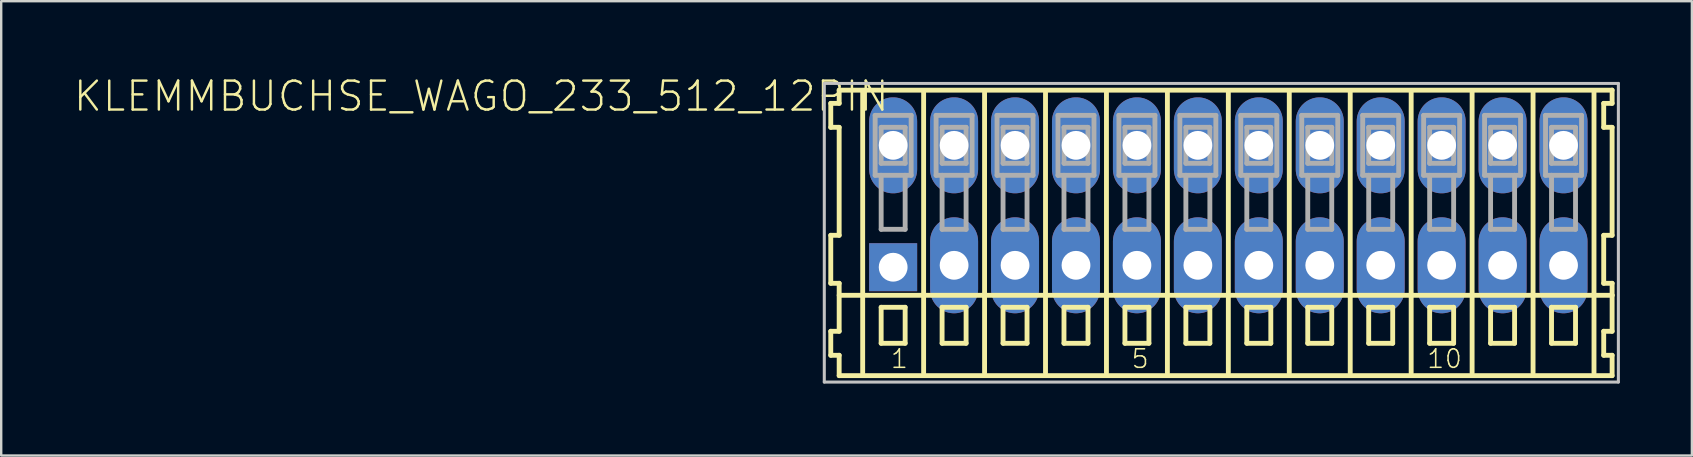
<source format=kicad_pcb>
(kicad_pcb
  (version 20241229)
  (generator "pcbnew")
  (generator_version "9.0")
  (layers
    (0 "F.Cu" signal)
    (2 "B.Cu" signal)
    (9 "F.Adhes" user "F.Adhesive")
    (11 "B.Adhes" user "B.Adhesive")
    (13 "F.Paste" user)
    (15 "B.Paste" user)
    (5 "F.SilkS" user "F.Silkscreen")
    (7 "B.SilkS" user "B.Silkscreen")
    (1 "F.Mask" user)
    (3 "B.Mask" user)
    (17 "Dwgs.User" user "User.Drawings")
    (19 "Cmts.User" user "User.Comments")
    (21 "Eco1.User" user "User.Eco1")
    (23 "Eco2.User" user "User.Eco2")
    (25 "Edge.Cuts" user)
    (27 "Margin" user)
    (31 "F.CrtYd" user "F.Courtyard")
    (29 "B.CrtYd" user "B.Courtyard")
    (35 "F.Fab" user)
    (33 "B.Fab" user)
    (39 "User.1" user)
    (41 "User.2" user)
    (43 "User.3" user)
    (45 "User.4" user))
  (footprint "KLEMMBUCHSE_WAGO_233_512_12PIN"
    (layer "F.Cu")
    (at 48.145 5.507)
    (property "Reference" "KLEMMBUCHSE_WAGO_233_512_12PIN" (at -14.07 -5.25 0) (layer "F.SilkS") (effects (font (size 1.206 1.206) (thickness 0.102)) (justify right top)))
    (attr through_hole)
    (fp_line (start -16.57 -4.25) (end -16.57 -3.25) (stroke (width 0.203) (type solid)) (layer "F.SilkS"))
    (fp_line (start -16.57 -3.25) (end -16.22 -3.25) (stroke (width 0.203) (type solid)) (layer "F.SilkS"))
    (fp_line (start -16.57 1.25) (end -16.57 3.25) (stroke (width 0.203) (type solid)) (layer "F.SilkS"))
    (fp_line (start -16.57 3.25) (end -16.22 3.25) (stroke (width 0.203) (type solid)) (layer "F.SilkS"))
    (fp_line (start -16.57 5.25) (end -16.57 6.25) (stroke (width 0.203) (type solid)) (layer "F.SilkS"))
    (fp_line (start -16.57 6.25) (end -16.22 6.25) (stroke (width 0.203) (type solid)) (layer "F.SilkS"))
    (fp_line (start -16.22 -4.8) (end -16.22 -4.25) (stroke (width 0.203) (type solid)) (layer "F.SilkS"))
    (fp_line (start -16.22 -4.25) (end -16.57 -4.25) (stroke (width 0.203) (type solid)) (layer "F.SilkS"))
    (fp_line (start -16.22 -3.25) (end -16.22 1.25) (stroke (width 0.203) (type solid)) (layer "F.SilkS"))
    (fp_line (start -16.22 1.25) (end -16.57 1.25) (stroke (width 0.203) (type solid)) (layer "F.SilkS"))
    (fp_line (start -16.22 3.25) (end -16.22 5.25) (stroke (width 0.203) (type solid)) (layer "F.SilkS"))
    (fp_line (start -16.22 3.75) (end 15.995 3.75) (stroke (width 0.203) (type solid)) (layer "F.SilkS"))
    (fp_line (start -16.22 5.25) (end -16.57 5.25) (stroke (width 0.203) (type solid)) (layer "F.SilkS"))
    (fp_line (start -16.22 6.25) (end -16.22 7.1) (stroke (width 0.203) (type solid)) (layer "F.SilkS"))
    (fp_line (start -16.22 7.1) (end 15.995 7.1) (stroke (width 0.203) (type solid)) (layer "F.SilkS"))
    (fp_line (start -15.24 6.985) (end -15.24 -4.699) (stroke (width 0.203) (type solid)) (layer "F.SilkS"))
    (fp_line (start -14.47 4.25) (end -14.47 5.75) (stroke (width 0.203) (type solid)) (layer "F.SilkS"))
    (fp_line (start -14.47 5.75) (end -13.47 5.75) (stroke (width 0.203) (type solid)) (layer "F.SilkS"))
    (fp_line (start -13.47 4.25) (end -14.47 4.25) (stroke (width 0.203) (type solid)) (layer "F.SilkS"))
    (fp_line (start -13.47 5.75) (end -13.47 4.25) (stroke (width 0.203) (type solid)) (layer "F.SilkS"))
    (fp_line (start -12.7 6.985) (end -12.7 -4.699) (stroke (width 0.203) (type solid)) (layer "F.SilkS"))
    (fp_line (start -11.93 4.25) (end -11.93 5.75) (stroke (width 0.203) (type solid)) (layer "F.SilkS"))
    (fp_line (start -11.93 5.75) (end -10.93 5.75) (stroke (width 0.203) (type solid)) (layer "F.SilkS"))
    (fp_line (start -10.93 4.25) (end -11.93 4.25) (stroke (width 0.203) (type solid)) (layer "F.SilkS"))
    (fp_line (start -10.93 5.75) (end -10.93 4.25) (stroke (width 0.203) (type solid)) (layer "F.SilkS"))
    (fp_line (start -10.16 6.985) (end -10.16 -4.699) (stroke (width 0.203) (type solid)) (layer "F.SilkS"))
    (fp_line (start -9.39 4.25) (end -9.39 5.75) (stroke (width 0.203) (type solid)) (layer "F.SilkS"))
    (fp_line (start -9.39 5.75) (end -8.39 5.75) (stroke (width 0.203) (type solid)) (layer "F.SilkS"))
    (fp_line (start -8.39 4.25) (end -9.39 4.25) (stroke (width 0.203) (type solid)) (layer "F.SilkS"))
    (fp_line (start -8.39 5.75) (end -8.39 4.25) (stroke (width 0.203) (type solid)) (layer "F.SilkS"))
    (fp_line (start -7.62 6.985) (end -7.62 -4.699) (stroke (width 0.203) (type solid)) (layer "F.SilkS"))
    (fp_line (start -6.85 4.25) (end -6.85 5.75) (stroke (width 0.203) (type solid)) (layer "F.SilkS"))
    (fp_line (start -6.85 5.75) (end -5.85 5.75) (stroke (width 0.203) (type solid)) (layer "F.SilkS"))
    (fp_line (start -5.85 4.25) (end -6.85 4.25) (stroke (width 0.203) (type solid)) (layer "F.SilkS"))
    (fp_line (start -5.85 5.75) (end -5.85 4.25) (stroke (width 0.203) (type solid)) (layer "F.SilkS"))
    (fp_line (start -5.08 6.985) (end -5.08 -4.699) (stroke (width 0.203) (type solid)) (layer "F.SilkS"))
    (fp_line (start -4.31 4.25) (end -4.31 5.75) (stroke (width 0.203) (type solid)) (layer "F.SilkS"))
    (fp_line (start -4.31 5.75) (end -3.31 5.75) (stroke (width 0.203) (type solid)) (layer "F.SilkS"))
    (fp_line (start -3.31 4.25) (end -4.31 4.25) (stroke (width 0.203) (type solid)) (layer "F.SilkS"))
    (fp_line (start -3.31 5.75) (end -3.31 4.25) (stroke (width 0.203) (type solid)) (layer "F.SilkS"))
    (fp_line (start -2.54 6.985) (end -2.54 -4.699) (stroke (width 0.203) (type solid)) (layer "F.SilkS"))
    (fp_line (start -1.77 4.25) (end -1.77 5.75) (stroke (width 0.203) (type solid)) (layer "F.SilkS"))
    (fp_line (start -1.77 5.75) (end -0.77 5.75) (stroke (width 0.203) (type solid)) (layer "F.SilkS"))
    (fp_line (start -0.77 4.25) (end -1.77 4.25) (stroke (width 0.203) (type solid)) (layer "F.SilkS"))
    (fp_line (start -0.77 5.75) (end -0.77 4.25) (stroke (width 0.203) (type solid)) (layer "F.SilkS"))
    (fp_line (start 0 6.985) (end 0 -4.699) (stroke (width 0.203) (type solid)) (layer "F.SilkS"))
    (fp_line (start 0.77 4.25) (end 0.77 5.75) (stroke (width 0.203) (type solid)) (layer "F.SilkS"))
    (fp_line (start 0.77 5.75) (end 1.77 5.75) (stroke (width 0.203) (type solid)) (layer "F.SilkS"))
    (fp_line (start 1.77 4.25) (end 0.77 4.25) (stroke (width 0.203) (type solid)) (layer "F.SilkS"))
    (fp_line (start 1.77 5.75) (end 1.77 4.25) (stroke (width 0.203) (type solid)) (layer "F.SilkS"))
    (fp_line (start 2.54 6.985) (end 2.54 -4.699) (stroke (width 0.203) (type solid)) (layer "F.SilkS"))
    (fp_line (start 3.31 4.25) (end 3.31 5.75) (stroke (width 0.203) (type solid)) (layer "F.SilkS"))
    (fp_line (start 3.31 5.75) (end 4.31 5.75) (stroke (width 0.203) (type solid)) (layer "F.SilkS"))
    (fp_line (start 4.31 4.25) (end 3.31 4.25) (stroke (width 0.203) (type solid)) (layer "F.SilkS"))
    (fp_line (start 4.31 5.75) (end 4.31 4.25) (stroke (width 0.203) (type solid)) (layer "F.SilkS"))
    (fp_line (start 5.08 6.985) (end 5.08 -4.699) (stroke (width 0.203) (type solid)) (layer "F.SilkS"))
    (fp_line (start 5.85 4.25) (end 5.85 5.75) (stroke (width 0.203) (type solid)) (layer "F.SilkS"))
    (fp_line (start 5.85 5.75) (end 6.85 5.75) (stroke (width 0.203) (type solid)) (layer "F.SilkS"))
    (fp_line (start 6.85 4.25) (end 5.85 4.25) (stroke (width 0.203) (type solid)) (layer "F.SilkS"))
    (fp_line (start 6.85 5.75) (end 6.85 4.25) (stroke (width 0.203) (type solid)) (layer "F.SilkS"))
    (fp_line (start 7.62 6.985) (end 7.62 -4.699) (stroke (width 0.203) (type solid)) (layer "F.SilkS"))
    (fp_line (start 8.39 4.25) (end 8.39 5.75) (stroke (width 0.203) (type solid)) (layer "F.SilkS"))
    (fp_line (start 8.39 5.75) (end 9.39 5.75) (stroke (width 0.203) (type solid)) (layer "F.SilkS"))
    (fp_line (start 9.39 4.25) (end 8.39 4.25) (stroke (width 0.203) (type solid)) (layer "F.SilkS"))
    (fp_line (start 9.39 5.75) (end 9.39 4.25) (stroke (width 0.203) (type solid)) (layer "F.SilkS"))
    (fp_line (start 10.16 6.985) (end 10.16 -4.699) (stroke (width 0.203) (type solid)) (layer "F.SilkS"))
    (fp_line (start 10.93 4.25) (end 10.93 5.75) (stroke (width 0.203) (type solid)) (layer "F.SilkS"))
    (fp_line (start 10.93 5.75) (end 11.93 5.75) (stroke (width 0.203) (type solid)) (layer "F.SilkS"))
    (fp_line (start 11.93 4.25) (end 10.93 4.25) (stroke (width 0.203) (type solid)) (layer "F.SilkS"))
    (fp_line (start 11.93 5.75) (end 11.93 4.25) (stroke (width 0.203) (type solid)) (layer "F.SilkS"))
    (fp_line (start 12.7 6.985) (end 12.7 -4.699) (stroke (width 0.203) (type solid)) (layer "F.SilkS"))
    (fp_line (start 13.47 4.25) (end 13.47 5.75) (stroke (width 0.203) (type solid)) (layer "F.SilkS"))
    (fp_line (start 13.47 5.75) (end 14.47 5.75) (stroke (width 0.203) (type solid)) (layer "F.SilkS"))
    (fp_line (start 14.47 4.25) (end 13.47 4.25) (stroke (width 0.203) (type solid)) (layer "F.SilkS"))
    (fp_line (start 14.47 5.75) (end 14.47 4.25) (stroke (width 0.203) (type solid)) (layer "F.SilkS"))
    (fp_line (start 15.24 6.985) (end 15.24 -4.699) (stroke (width 0.203) (type solid)) (layer "F.SilkS"))
    (fp_line (start 15.645 -4.25) (end 15.645 -3.25) (stroke (width 0.203) (type solid)) (layer "F.SilkS"))
    (fp_line (start 15.645 -3.25) (end 15.995 -3.25) (stroke (width 0.203) (type solid)) (layer "F.SilkS"))
    (fp_line (start 15.645 1.25) (end 15.645 3.25) (stroke (width 0.203) (type solid)) (layer "F.SilkS"))
    (fp_line (start 15.645 3.25) (end 15.995 3.25) (stroke (width 0.203) (type solid)) (layer "F.SilkS"))
    (fp_line (start 15.645 5.25) (end 15.645 6.25) (stroke (width 0.203) (type solid)) (layer "F.SilkS"))
    (fp_line (start 15.645 6.25) (end 15.995 6.25) (stroke (width 0.203) (type solid)) (layer "F.SilkS"))
    (fp_line (start 15.995 -4.8) (end -16.22 -4.8) (stroke (width 0.203) (type solid)) (layer "F.SilkS"))
    (fp_line (start 15.995 -4.25) (end 15.645 -4.25) (stroke (width 0.203) (type solid)) (layer "F.SilkS"))
    (fp_line (start 15.995 -4.25) (end 15.995 -4.8) (stroke (width 0.203) (type solid)) (layer "F.SilkS"))
    (fp_line (start 15.995 1.25) (end 15.645 1.25) (stroke (width 0.203) (type solid)) (layer "F.SilkS"))
    (fp_line (start 15.995 1.25) (end 15.995 -3.25) (stroke (width 0.203) (type solid)) (layer "F.SilkS"))
    (fp_line (start 15.995 3.75) (end 15.995 3.25) (stroke (width 0.203) (type solid)) (layer "F.SilkS"))
    (fp_line (start 15.995 5.25) (end 15.645 5.25) (stroke (width 0.203) (type solid)) (layer "F.SilkS"))
    (fp_line (start 15.995 5.25) (end 15.995 3.75) (stroke (width 0.203) (type solid)) (layer "F.SilkS"))
    (fp_line (start 15.995 7.1) (end 15.995 6.25) (stroke (width 0.203) (type solid)) (layer "F.SilkS"))
    (fp_line (start -16.84 -5.08) (end -16.84 7.366) (stroke (width 0.127) (type solid)) (layer "Dwgs.User"))
    (fp_line (start -16.84 7.366) (end 16.256 7.366) (stroke (width 0.127) (type solid)) (layer "Dwgs.User"))
    (fp_line (start 16.256 -5.08) (end -16.84 -5.08) (stroke (width 0.127) (type solid)) (layer "Dwgs.User"))
    (fp_line (start 16.256 7.366) (end 16.256 -5.08) (stroke (width 0.127) (type solid)) (layer "Dwgs.User"))
    (fp_line (start -14.72 -3.75) (end -14.72 -1.25) (stroke (width 0.203) (type solid)) (layer "F.Fab"))
    (fp_line (start -14.72 -1.25) (end -14.47 -1.25) (stroke (width 0.203) (type solid)) (layer "F.Fab"))
    (fp_line (start -14.47 -3.25) (end -14.47 -1.75) (stroke (width 0.203) (type solid)) (layer "F.Fab"))
    (fp_line (start -14.47 -1.75) (end -13.47 -1.75) (stroke (width 0.203) (type solid)) (layer "F.Fab"))
    (fp_line (start -14.47 -1.25) (end -14.47 1) (stroke (width 0.203) (type solid)) (layer "F.Fab"))
    (fp_line (start -14.47 -1.25) (end -13.47 -1.25) (stroke (width 0.203) (type solid)) (layer "F.Fab"))
    (fp_line (start -14.47 1) (end -13.47 1) (stroke (width 0.203) (type solid)) (layer "F.Fab"))
    (fp_line (start -13.47 -3.25) (end -14.47 -3.25) (stroke (width 0.203) (type solid)) (layer "F.Fab"))
    (fp_line (start -13.47 -1.75) (end -13.47 -3.25) (stroke (width 0.203) (type solid)) (layer "F.Fab"))
    (fp_line (start -13.47 -1.25) (end -13.22 -1.25) (stroke (width 0.203) (type solid)) (layer "F.Fab"))
    (fp_line (start -13.47 1) (end -13.47 -1.25) (stroke (width 0.203) (type solid)) (layer "F.Fab"))
    (fp_line (start -13.22 -3.75) (end -14.72 -3.75) (stroke (width 0.203) (type solid)) (layer "F.Fab"))
    (fp_line (start -13.22 -1.25) (end -13.22 -3.75) (stroke (width 0.203) (type solid)) (layer "F.Fab"))
    (fp_line (start -12.18 -3.75) (end -12.18 -1.25) (stroke (width 0.203) (type solid)) (layer "F.Fab"))
    (fp_line (start -12.18 -1.25) (end -11.93 -1.25) (stroke (width 0.203) (type solid)) (layer "F.Fab"))
    (fp_line (start -11.93 -3.25) (end -11.93 -1.75) (stroke (width 0.203) (type solid)) (layer "F.Fab"))
    (fp_line (start -11.93 -1.75) (end -10.93 -1.75) (stroke (width 0.203) (type solid)) (layer "F.Fab"))
    (fp_line (start -11.93 -1.25) (end -11.93 1) (stroke (width 0.203) (type solid)) (layer "F.Fab"))
    (fp_line (start -11.93 -1.25) (end -10.93 -1.25) (stroke (width 0.203) (type solid)) (layer "F.Fab"))
    (fp_line (start -11.93 1) (end -10.93 1) (stroke (width 0.203) (type solid)) (layer "F.Fab"))
    (fp_line (start -10.93 -3.25) (end -11.93 -3.25) (stroke (width 0.203) (type solid)) (layer "F.Fab"))
    (fp_line (start -10.93 -1.75) (end -10.93 -3.25) (stroke (width 0.203) (type solid)) (layer "F.Fab"))
    (fp_line (start -10.93 -1.25) (end -10.68 -1.25) (stroke (width 0.203) (type solid)) (layer "F.Fab"))
    (fp_line (start -10.93 1) (end -10.93 -1.25) (stroke (width 0.203) (type solid)) (layer "F.Fab"))
    (fp_line (start -10.68 -3.75) (end -12.18 -3.75) (stroke (width 0.203) (type solid)) (layer "F.Fab"))
    (fp_line (start -10.68 -1.25) (end -10.68 -3.75) (stroke (width 0.203) (type solid)) (layer "F.Fab"))
    (fp_line (start -9.64 -3.75) (end -9.64 -1.25) (stroke (width 0.203) (type solid)) (layer "F.Fab"))
    (fp_line (start -9.64 -1.25) (end -9.39 -1.25) (stroke (width 0.203) (type solid)) (layer "F.Fab"))
    (fp_line (start -9.39 -3.25) (end -9.39 -1.75) (stroke (width 0.203) (type solid)) (layer "F.Fab"))
    (fp_line (start -9.39 -1.75) (end -8.39 -1.75) (stroke (width 0.203) (type solid)) (layer "F.Fab"))
    (fp_line (start -9.39 -1.25) (end -9.39 1) (stroke (width 0.203) (type solid)) (layer "F.Fab"))
    (fp_line (start -9.39 -1.25) (end -8.39 -1.25) (stroke (width 0.203) (type solid)) (layer "F.Fab"))
    (fp_line (start -9.39 1) (end -8.39 1) (stroke (width 0.203) (type solid)) (layer "F.Fab"))
    (fp_line (start -8.39 -3.25) (end -9.39 -3.25) (stroke (width 0.203) (type solid)) (layer "F.Fab"))
    (fp_line (start -8.39 -1.75) (end -8.39 -3.25) (stroke (width 0.203) (type solid)) (layer "F.Fab"))
    (fp_line (start -8.39 -1.25) (end -8.14 -1.25) (stroke (width 0.203) (type solid)) (layer "F.Fab"))
    (fp_line (start -8.39 1) (end -8.39 -1.25) (stroke (width 0.203) (type solid)) (layer "F.Fab"))
    (fp_line (start -8.14 -3.75) (end -9.64 -3.75) (stroke (width 0.203) (type solid)) (layer "F.Fab"))
    (fp_line (start -8.14 -1.25) (end -8.14 -3.75) (stroke (width 0.203) (type solid)) (layer "F.Fab"))
    (fp_line (start -7.1 -3.75) (end -7.1 -1.25) (stroke (width 0.203) (type solid)) (layer "F.Fab"))
    (fp_line (start -7.1 -1.25) (end -6.85 -1.25) (stroke (width 0.203) (type solid)) (layer "F.Fab"))
    (fp_line (start -6.85 -3.25) (end -6.85 -1.75) (stroke (width 0.203) (type solid)) (layer "F.Fab"))
    (fp_line (start -6.85 -1.75) (end -5.85 -1.75) (stroke (width 0.203) (type solid)) (layer "F.Fab"))
    (fp_line (start -6.85 -1.25) (end -6.85 1) (stroke (width 0.203) (type solid)) (layer "F.Fab"))
    (fp_line (start -6.85 -1.25) (end -5.85 -1.25) (stroke (width 0.203) (type solid)) (layer "F.Fab"))
    (fp_line (start -6.85 1) (end -5.85 1) (stroke (width 0.203) (type solid)) (layer "F.Fab"))
    (fp_line (start -5.85 -3.25) (end -6.85 -3.25) (stroke (width 0.203) (type solid)) (layer "F.Fab"))
    (fp_line (start -5.85 -1.75) (end -5.85 -3.25) (stroke (width 0.203) (type solid)) (layer "F.Fab"))
    (fp_line (start -5.85 -1.25) (end -5.6 -1.25) (stroke (width 0.203) (type solid)) (layer "F.Fab"))
    (fp_line (start -5.85 1) (end -5.85 -1.25) (stroke (width 0.203) (type solid)) (layer "F.Fab"))
    (fp_line (start -5.6 -3.75) (end -7.1 -3.75) (stroke (width 0.203) (type solid)) (layer "F.Fab"))
    (fp_line (start -5.6 -1.25) (end -5.6 -3.75) (stroke (width 0.203) (type solid)) (layer "F.Fab"))
    (fp_line (start -4.56 -3.75) (end -4.56 -1.25) (stroke (width 0.203) (type solid)) (layer "F.Fab"))
    (fp_line (start -4.56 -1.25) (end -4.31 -1.25) (stroke (width 0.203) (type solid)) (layer "F.Fab"))
    (fp_line (start -4.31 -3.25) (end -4.31 -1.75) (stroke (width 0.203) (type solid)) (layer "F.Fab"))
    (fp_line (start -4.31 -1.75) (end -3.31 -1.75) (stroke (width 0.203) (type solid)) (layer "F.Fab"))
    (fp_line (start -4.31 -1.25) (end -4.31 1) (stroke (width 0.203) (type solid)) (layer "F.Fab"))
    (fp_line (start -4.31 -1.25) (end -3.31 -1.25) (stroke (width 0.203) (type solid)) (layer "F.Fab"))
    (fp_line (start -4.31 1) (end -3.31 1) (stroke (width 0.203) (type solid)) (layer "F.Fab"))
    (fp_line (start -3.31 -3.25) (end -4.31 -3.25) (stroke (width 0.203) (type solid)) (layer "F.Fab"))
    (fp_line (start -3.31 -1.75) (end -3.31 -3.25) (stroke (width 0.203) (type solid)) (layer "F.Fab"))
    (fp_line (start -3.31 -1.25) (end -3.06 -1.25) (stroke (width 0.203) (type solid)) (layer "F.Fab"))
    (fp_line (start -3.31 1) (end -3.31 -1.25) (stroke (width 0.203) (type solid)) (layer "F.Fab"))
    (fp_line (start -3.06 -3.75) (end -4.56 -3.75) (stroke (width 0.203) (type solid)) (layer "F.Fab"))
    (fp_line (start -3.06 -1.25) (end -3.06 -3.75) (stroke (width 0.203) (type solid)) (layer "F.Fab"))
    (fp_line (start -2.02 -3.75) (end -2.02 -1.25) (stroke (width 0.203) (type solid)) (layer "F.Fab"))
    (fp_line (start -2.02 -1.25) (end -1.77 -1.25) (stroke (width 0.203) (type solid)) (layer "F.Fab"))
    (fp_line (start -1.77 -3.25) (end -1.77 -1.75) (stroke (width 0.203) (type solid)) (layer "F.Fab"))
    (fp_line (start -1.77 -1.75) (end -0.77 -1.75) (stroke (width 0.203) (type solid)) (layer "F.Fab"))
    (fp_line (start -1.77 -1.25) (end -1.77 1) (stroke (width 0.203) (type solid)) (layer "F.Fab"))
    (fp_line (start -1.77 -1.25) (end -0.77 -1.25) (stroke (width 0.203) (type solid)) (layer "F.Fab"))
    (fp_line (start -1.77 1) (end -0.77 1) (stroke (width 0.203) (type solid)) (layer "F.Fab"))
    (fp_line (start -0.77 -3.25) (end -1.77 -3.25) (stroke (width 0.203) (type solid)) (layer "F.Fab"))
    (fp_line (start -0.77 -1.75) (end -0.77 -3.25) (stroke (width 0.203) (type solid)) (layer "F.Fab"))
    (fp_line (start -0.77 -1.25) (end -0.52 -1.25) (stroke (width 0.203) (type solid)) (layer "F.Fab"))
    (fp_line (start -0.77 1) (end -0.77 -1.25) (stroke (width 0.203) (type solid)) (layer "F.Fab"))
    (fp_line (start -0.52 -3.75) (end -2.02 -3.75) (stroke (width 0.203) (type solid)) (layer "F.Fab"))
    (fp_line (start -0.52 -1.25) (end -0.52 -3.75) (stroke (width 0.203) (type solid)) (layer "F.Fab"))
    (fp_line (start 0.52 -3.75) (end 0.52 -1.25) (stroke (width 0.203) (type solid)) (layer "F.Fab"))
    (fp_line (start 0.52 -1.25) (end 0.77 -1.25) (stroke (width 0.203) (type solid)) (layer "F.Fab"))
    (fp_line (start 0.77 -3.25) (end 0.77 -1.75) (stroke (width 0.203) (type solid)) (layer "F.Fab"))
    (fp_line (start 0.77 -1.75) (end 1.77 -1.75) (stroke (width 0.203) (type solid)) (layer "F.Fab"))
    (fp_line (start 0.77 -1.25) (end 0.77 1) (stroke (width 0.203) (type solid)) (layer "F.Fab"))
    (fp_line (start 0.77 -1.25) (end 1.77 -1.25) (stroke (width 0.203) (type solid)) (layer "F.Fab"))
    (fp_line (start 0.77 1) (end 1.77 1) (stroke (width 0.203) (type solid)) (layer "F.Fab"))
    (fp_line (start 1.77 -3.25) (end 0.77 -3.25) (stroke (width 0.203) (type solid)) (layer "F.Fab"))
    (fp_line (start 1.77 -1.75) (end 1.77 -3.25) (stroke (width 0.203) (type solid)) (layer "F.Fab"))
    (fp_line (start 1.77 -1.25) (end 2.02 -1.25) (stroke (width 0.203) (type solid)) (layer "F.Fab"))
    (fp_line (start 1.77 1) (end 1.77 -1.25) (stroke (width 0.203) (type solid)) (layer "F.Fab"))
    (fp_line (start 2.02 -3.75) (end 0.52 -3.75) (stroke (width 0.203) (type solid)) (layer "F.Fab"))
    (fp_line (start 2.02 -1.25) (end 2.02 -3.75) (stroke (width 0.203) (type solid)) (layer "F.Fab"))
    (fp_line (start 3.06 -3.75) (end 3.06 -1.25) (stroke (width 0.203) (type solid)) (layer "F.Fab"))
    (fp_line (start 3.06 -1.25) (end 3.31 -1.25) (stroke (width 0.203) (type solid)) (layer "F.Fab"))
    (fp_line (start 3.31 -3.25) (end 3.31 -1.75) (stroke (width 0.203) (type solid)) (layer "F.Fab"))
    (fp_line (start 3.31 -1.75) (end 4.31 -1.75) (stroke (width 0.203) (type solid)) (layer "F.Fab"))
    (fp_line (start 3.31 -1.25) (end 3.31 1) (stroke (width 0.203) (type solid)) (layer "F.Fab"))
    (fp_line (start 3.31 -1.25) (end 4.31 -1.25) (stroke (width 0.203) (type solid)) (layer "F.Fab"))
    (fp_line (start 3.31 1) (end 4.31 1) (stroke (width 0.203) (type solid)) (layer "F.Fab"))
    (fp_line (start 4.31 -3.25) (end 3.31 -3.25) (stroke (width 0.203) (type solid)) (layer "F.Fab"))
    (fp_line (start 4.31 -1.75) (end 4.31 -3.25) (stroke (width 0.203) (type solid)) (layer "F.Fab"))
    (fp_line (start 4.31 -1.25) (end 4.56 -1.25) (stroke (width 0.203) (type solid)) (layer "F.Fab"))
    (fp_line (start 4.31 1) (end 4.31 -1.25) (stroke (width 0.203) (type solid)) (layer "F.Fab"))
    (fp_line (start 4.56 -3.75) (end 3.06 -3.75) (stroke (width 0.203) (type solid)) (layer "F.Fab"))
    (fp_line (start 4.56 -1.25) (end 4.56 -3.75) (stroke (width 0.203) (type solid)) (layer "F.Fab"))
    (fp_line (start 5.6 -3.75) (end 5.6 -1.25) (stroke (width 0.203) (type solid)) (layer "F.Fab"))
    (fp_line (start 5.6 -1.25) (end 5.85 -1.25) (stroke (width 0.203) (type solid)) (layer "F.Fab"))
    (fp_line (start 5.85 -3.25) (end 5.85 -1.75) (stroke (width 0.203) (type solid)) (layer "F.Fab"))
    (fp_line (start 5.85 -1.75) (end 6.85 -1.75) (stroke (width 0.203) (type solid)) (layer "F.Fab"))
    (fp_line (start 5.85 -1.25) (end 5.85 1) (stroke (width 0.203) (type solid)) (layer "F.Fab"))
    (fp_line (start 5.85 -1.25) (end 6.85 -1.25) (stroke (width 0.203) (type solid)) (layer "F.Fab"))
    (fp_line (start 5.85 1) (end 6.85 1) (stroke (width 0.203) (type solid)) (layer "F.Fab"))
    (fp_line (start 6.85 -3.25) (end 5.85 -3.25) (stroke (width 0.203) (type solid)) (layer "F.Fab"))
    (fp_line (start 6.85 -1.75) (end 6.85 -3.25) (stroke (width 0.203) (type solid)) (layer "F.Fab"))
    (fp_line (start 6.85 -1.25) (end 7.1 -1.25) (stroke (width 0.203) (type solid)) (layer "F.Fab"))
    (fp_line (start 6.85 1) (end 6.85 -1.25) (stroke (width 0.203) (type solid)) (layer "F.Fab"))
    (fp_line (start 7.1 -3.75) (end 5.6 -3.75) (stroke (width 0.203) (type solid)) (layer "F.Fab"))
    (fp_line (start 7.1 -1.25) (end 7.1 -3.75) (stroke (width 0.203) (type solid)) (layer "F.Fab"))
    (fp_line (start 8.14 -3.75) (end 8.14 -1.25) (stroke (width 0.203) (type solid)) (layer "F.Fab"))
    (fp_line (start 8.14 -1.25) (end 8.39 -1.25) (stroke (width 0.203) (type solid)) (layer "F.Fab"))
    (fp_line (start 8.39 -3.25) (end 8.39 -1.75) (stroke (width 0.203) (type solid)) (layer "F.Fab"))
    (fp_line (start 8.39 -1.75) (end 9.39 -1.75) (stroke (width 0.203) (type solid)) (layer "F.Fab"))
    (fp_line (start 8.39 -1.25) (end 8.39 1) (stroke (width 0.203) (type solid)) (layer "F.Fab"))
    (fp_line (start 8.39 -1.25) (end 9.39 -1.25) (stroke (width 0.203) (type solid)) (layer "F.Fab"))
    (fp_line (start 8.39 1) (end 9.39 1) (stroke (width 0.203) (type solid)) (layer "F.Fab"))
    (fp_line (start 9.39 -3.25) (end 8.39 -3.25) (stroke (width 0.203) (type solid)) (layer "F.Fab"))
    (fp_line (start 9.39 -1.75) (end 9.39 -3.25) (stroke (width 0.203) (type solid)) (layer "F.Fab"))
    (fp_line (start 9.39 -1.25) (end 9.64 -1.25) (stroke (width 0.203) (type solid)) (layer "F.Fab"))
    (fp_line (start 9.39 1) (end 9.39 -1.25) (stroke (width 0.203) (type solid)) (layer "F.Fab"))
    (fp_line (start 9.64 -3.75) (end 8.14 -3.75) (stroke (width 0.203) (type solid)) (layer "F.Fab"))
    (fp_line (start 9.64 -1.25) (end 9.64 -3.75) (stroke (width 0.203) (type solid)) (layer "F.Fab"))
    (fp_line (start 10.68 -3.75) (end 10.68 -1.25) (stroke (width 0.203) (type solid)) (layer "F.Fab"))
    (fp_line (start 10.68 -1.25) (end 10.93 -1.25) (stroke (width 0.203) (type solid)) (layer "F.Fab"))
    (fp_line (start 10.93 -3.25) (end 10.93 -1.75) (stroke (width 0.203) (type solid)) (layer "F.Fab"))
    (fp_line (start 10.93 -1.75) (end 11.93 -1.75) (stroke (width 0.203) (type solid)) (layer "F.Fab"))
    (fp_line (start 10.93 -1.25) (end 10.93 1) (stroke (width 0.203) (type solid)) (layer "F.Fab"))
    (fp_line (start 10.93 -1.25) (end 11.93 -1.25) (stroke (width 0.203) (type solid)) (layer "F.Fab"))
    (fp_line (start 10.93 1) (end 11.93 1) (stroke (width 0.203) (type solid)) (layer "F.Fab"))
    (fp_line (start 11.93 -3.25) (end 10.93 -3.25) (stroke (width 0.203) (type solid)) (layer "F.Fab"))
    (fp_line (start 11.93 -1.75) (end 11.93 -3.25) (stroke (width 0.203) (type solid)) (layer "F.Fab"))
    (fp_line (start 11.93 -1.25) (end 12.18 -1.25) (stroke (width 0.203) (type solid)) (layer "F.Fab"))
    (fp_line (start 11.93 1) (end 11.93 -1.25) (stroke (width 0.203) (type solid)) (layer "F.Fab"))
    (fp_line (start 12.18 -3.75) (end 10.68 -3.75) (stroke (width 0.203) (type solid)) (layer "F.Fab"))
    (fp_line (start 12.18 -1.25) (end 12.18 -3.75) (stroke (width 0.203) (type solid)) (layer "F.Fab"))
    (fp_line (start 13.22 -3.75) (end 13.22 -1.25) (stroke (width 0.203) (type solid)) (layer "F.Fab"))
    (fp_line (start 13.22 -1.25) (end 13.47 -1.25) (stroke (width 0.203) (type solid)) (layer "F.Fab"))
    (fp_line (start 13.47 -3.25) (end 13.47 -1.75) (stroke (width 0.203) (type solid)) (layer "F.Fab"))
    (fp_line (start 13.47 -1.75) (end 14.47 -1.75) (stroke (width 0.203) (type solid)) (layer "F.Fab"))
    (fp_line (start 13.47 -1.25) (end 13.47 1) (stroke (width 0.203) (type solid)) (layer "F.Fab"))
    (fp_line (start 13.47 -1.25) (end 14.47 -1.25) (stroke (width 0.203) (type solid)) (layer "F.Fab"))
    (fp_line (start 13.47 1) (end 14.47 1) (stroke (width 0.203) (type solid)) (layer "F.Fab"))
    (fp_line (start 14.47 -3.25) (end 13.47 -3.25) (stroke (width 0.203) (type solid)) (layer "F.Fab"))
    (fp_line (start 14.47 -1.75) (end 14.47 -3.25) (stroke (width 0.203) (type solid)) (layer "F.Fab"))
    (fp_line (start 14.47 -1.25) (end 14.72 -1.25) (stroke (width 0.203) (type solid)) (layer "F.Fab"))
    (fp_line (start 14.47 1) (end 14.47 -1.25) (stroke (width 0.203) (type solid)) (layer "F.Fab"))
    (fp_line (start 14.72 -3.75) (end 13.22 -3.75) (stroke (width 0.203) (type solid)) (layer "F.Fab"))
    (fp_line (start 14.72 -1.25) (end 14.72 -3.75) (stroke (width 0.203) (type solid)) (layer "F.Fab"))
    (fp_text user "5" (at -4.087 6.85 0) (layer "F.SilkS") (effects (font (size 0.772 0.772) (thickness 0.065)) (justify left bottom)))
    (fp_text user "10" (at 8.232 6.85 0) (layer "F.SilkS") (effects (font (size 0.772 0.772) (thickness 0.065)) (justify left bottom)))
    (fp_text user "1" (at -14.12 6.85 0) (layer "F.SilkS") (effects (font (size 0.772 0.772) (thickness 0.065)) (justify left bottom)))
    (pad "A1" thru_hole oval (at -13.97 -2.5 90) (size 4 2) (drill 1.2) (layers "*.Cu" "*.Mask"))
    (pad "A2" thru_hole oval (at -11.43 -2.5 90) (size 4 2) (drill 1.2) (layers "*.Cu" "*.Mask"))
    (pad "A3" thru_hole oval (at -8.89 -2.5 90) (size 4 2) (drill 1.2) (layers "*.Cu" "*.Mask"))
    (pad "A4" thru_hole oval (at -6.35 -2.5 90) (size 4 2) (drill 1.2) (layers "*.Cu" "*.Mask"))
    (pad "A5" thru_hole oval (at -3.81 -2.5 90) (size 4 2) (drill 1.2) (layers "*.Cu" "*.Mask"))
    (pad "A6" thru_hole oval (at -1.27 -2.5 90) (size 4 2) (drill 1.2) (layers "*.Cu" "*.Mask"))
    (pad "A7" thru_hole oval (at 1.27 -2.5 90) (size 4 2) (drill 1.2) (layers "*.Cu" "*.Mask"))
    (pad "A8" thru_hole oval (at 3.81 -2.5 90) (size 4 2) (drill 1.2) (layers "*.Cu" "*.Mask"))
    (pad "A9" thru_hole oval (at 6.35 -2.5 90) (size 4 2) (drill 1.2) (layers "*.Cu" "*.Mask"))
    (pad "A10" thru_hole oval (at 8.89 -2.5 90) (size 4 2) (drill 1.2) (layers "*.Cu" "*.Mask"))
    (pad "A11" thru_hole oval (at 11.43 -2.5 90) (size 4 2) (drill 1.2) (layers "*.Cu" "*.Mask"))
    (pad "A12" thru_hole oval (at 13.97 -2.5 90) (size 4 2) (drill 1.2) (layers "*.Cu" "*.Mask"))
    (pad "B1" thru_hole rect (at -13.97 2.58 270) (size 2 2) (drill 1.2) (layers "*.Cu" "*.Mask"))
    (pad "B2" thru_hole oval (at -11.43 2.5 90) (size 4 2) (drill 1.2) (layers "*.Cu" "*.Mask"))
    (pad "B3" thru_hole oval (at -8.89 2.5 90) (size 4 2) (drill 1.2) (layers "*.Cu" "*.Mask"))
    (pad "B4" thru_hole oval (at -6.35 2.5 90) (size 4 2) (drill 1.2) (layers "*.Cu" "*.Mask"))
    (pad "B5" thru_hole oval (at -3.81 2.5 90) (size 4 2) (drill 1.2) (layers "*.Cu" "*.Mask"))
    (pad "B6" thru_hole oval (at -1.27 2.5 90) (size 4 2) (drill 1.2) (layers "*.Cu" "*.Mask"))
    (pad "B7" thru_hole oval (at 1.27 2.5 90) (size 4 2) (drill 1.2) (layers "*.Cu" "*.Mask"))
    (pad "B8" thru_hole oval (at 3.81 2.5 90) (size 4 2) (drill 1.2) (layers "*.Cu" "*.Mask"))
    (pad "B9" thru_hole oval (at 6.35 2.5 90) (size 4 2) (drill 1.2) (layers "*.Cu" "*.Mask"))
    (pad "B10" thru_hole oval (at 8.89 2.5 90) (size 4 2) (drill 1.2) (layers "*.Cu" "*.Mask"))
    (pad "B11" thru_hole oval (at 11.43 2.5 90) (size 4 2) (drill 1.2) (layers "*.Cu" "*.Mask"))
    (pad "B12" thru_hole oval (at 13.97 2.5 90) (size 4 2) (drill 1.2) (layers "*.Cu" "*.Mask")))
  (gr_rect
    (start -3 -3)
    (end 67.465 15.936)
    (stroke (width 0.1) (type default))
    (fill no)
    (layer "Edge.Cuts")))
</source>
